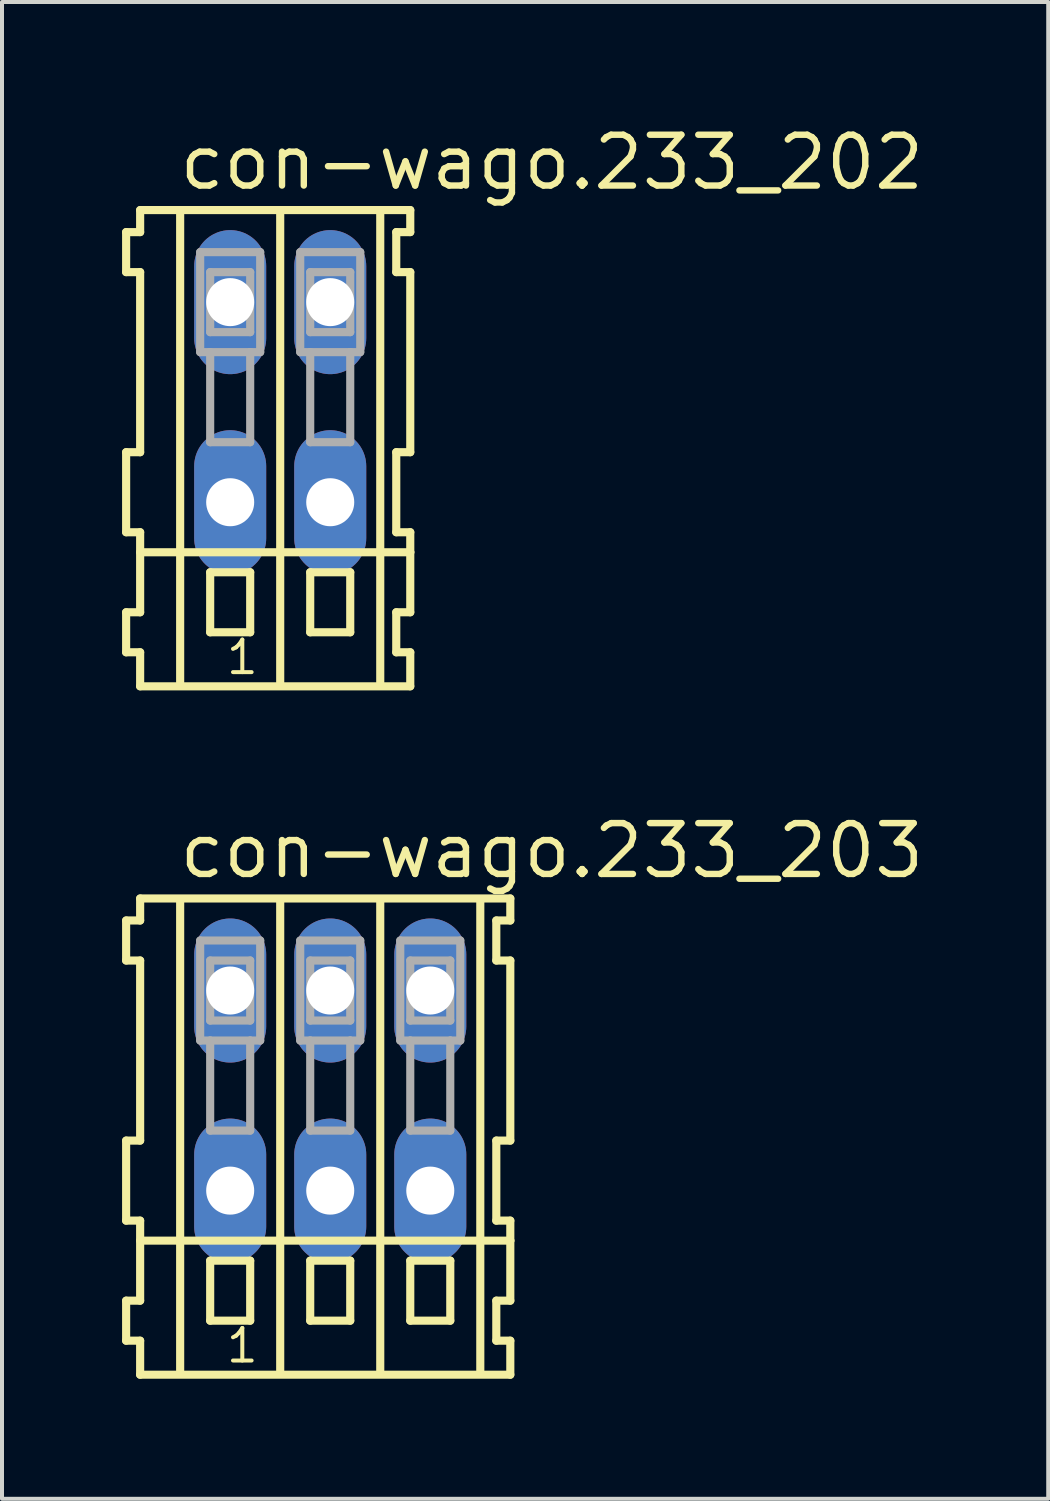
<source format=kicad_pcb>
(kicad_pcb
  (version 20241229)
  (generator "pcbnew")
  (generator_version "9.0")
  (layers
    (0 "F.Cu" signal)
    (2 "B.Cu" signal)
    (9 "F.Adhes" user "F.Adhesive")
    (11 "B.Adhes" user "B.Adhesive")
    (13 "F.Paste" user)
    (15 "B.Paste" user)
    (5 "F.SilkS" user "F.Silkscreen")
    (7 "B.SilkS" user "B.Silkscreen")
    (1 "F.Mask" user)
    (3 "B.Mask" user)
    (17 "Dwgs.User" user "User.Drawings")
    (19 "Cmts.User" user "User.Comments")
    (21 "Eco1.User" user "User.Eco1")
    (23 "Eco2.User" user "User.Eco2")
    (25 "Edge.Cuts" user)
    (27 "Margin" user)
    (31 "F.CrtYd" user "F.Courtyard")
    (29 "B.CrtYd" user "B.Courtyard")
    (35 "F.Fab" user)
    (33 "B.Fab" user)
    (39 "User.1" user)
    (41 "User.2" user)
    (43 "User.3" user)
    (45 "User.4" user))
  (footprint "con-wago.233_203"
    (layer "F.Cu")
    (at 5.202 24.202)
    (property "Reference" "con-wago.233_203" (at -3.85 -5.25 0) (layer "F.SilkS") (effects (font (size 1.27 1.27) (thickness 0.16)) (justify left bottom)))
    (attr through_hole)
    (fp_line (start -5.1 -4.25) (end -5.1 -3.25) (stroke (width 0.203) (type default)) (layer "F.SilkS"))
    (fp_line (start -5.1 -3.25) (end -4.75 -3.25) (stroke (width 0.203) (type default)) (layer "F.SilkS"))
    (fp_line (start -5.1 1.25) (end -5.1 3.25) (stroke (width 0.203) (type default)) (layer "F.SilkS"))
    (fp_line (start -5.1 3.25) (end -4.75 3.25) (stroke (width 0.203) (type default)) (layer "F.SilkS"))
    (fp_line (start -5.1 5.25) (end -5.1 6.25) (stroke (width 0.203) (type default)) (layer "F.SilkS"))
    (fp_line (start -5.1 6.25) (end -4.75 6.25) (stroke (width 0.203) (type default)) (layer "F.SilkS"))
    (fp_line (start -4.75 -4.8) (end -4.75 -4.25) (stroke (width 0.203) (type default)) (layer "F.SilkS"))
    (fp_line (start -4.75 -4.25) (end -5.1 -4.25) (stroke (width 0.203) (type default)) (layer "F.SilkS"))
    (fp_line (start -4.75 -3.25) (end -4.75 1.25) (stroke (width 0.203) (type default)) (layer "F.SilkS"))
    (fp_line (start -4.75 1.25) (end -5.1 1.25) (stroke (width 0.203) (type default)) (layer "F.SilkS"))
    (fp_line (start -4.75 3.25) (end -4.75 5.25) (stroke (width 0.203) (type default)) (layer "F.SilkS"))
    (fp_line (start -4.75 3.75) (end 4.5 3.75) (stroke (width 0.203) (type default)) (layer "F.SilkS"))
    (fp_line (start -4.75 5.25) (end -5.1 5.25) (stroke (width 0.203) (type default)) (layer "F.SilkS"))
    (fp_line (start -4.75 6.25) (end -4.75 7.1) (stroke (width 0.203) (type default)) (layer "F.SilkS"))
    (fp_line (start -4.75 7.1) (end 4.5 7.1) (stroke (width 0.203) (type default)) (layer "F.SilkS"))
    (fp_line (start -3.75 -4.75) (end -3.75 7) (stroke (width 0.203) (type default)) (layer "F.SilkS"))
    (fp_line (start -3 4.25) (end -3 5.75) (stroke (width 0.203) (type default)) (layer "F.SilkS"))
    (fp_line (start -3 5.75) (end -2 5.75) (stroke (width 0.203) (type default)) (layer "F.SilkS"))
    (fp_line (start -2 4.25) (end -3 4.25) (stroke (width 0.203) (type default)) (layer "F.SilkS"))
    (fp_line (start -2 5.75) (end -2 4.25) (stroke (width 0.203) (type default)) (layer "F.SilkS"))
    (fp_line (start -1.25 -4.75) (end -1.25 7) (stroke (width 0.203) (type default)) (layer "F.SilkS"))
    (fp_line (start -0.5 4.25) (end -0.5 5.75) (stroke (width 0.203) (type default)) (layer "F.SilkS"))
    (fp_line (start -0.5 5.75) (end 0.5 5.75) (stroke (width 0.203) (type default)) (layer "F.SilkS"))
    (fp_line (start 0.5 4.25) (end -0.5 4.25) (stroke (width 0.203) (type default)) (layer "F.SilkS"))
    (fp_line (start 0.5 5.75) (end 0.5 4.25) (stroke (width 0.203) (type default)) (layer "F.SilkS"))
    (fp_line (start 1.25 -4.75) (end 1.25 7) (stroke (width 0.203) (type default)) (layer "F.SilkS"))
    (fp_line (start 2 4.25) (end 2 5.75) (stroke (width 0.203) (type default)) (layer "F.SilkS"))
    (fp_line (start 2 5.75) (end 3 5.75) (stroke (width 0.203) (type default)) (layer "F.SilkS"))
    (fp_line (start 3 4.25) (end 2 4.25) (stroke (width 0.203) (type default)) (layer "F.SilkS"))
    (fp_line (start 3 5.75) (end 3 4.25) (stroke (width 0.203) (type default)) (layer "F.SilkS"))
    (fp_line (start 3.75 -4.75) (end 3.75 7) (stroke (width 0.203) (type default)) (layer "F.SilkS"))
    (fp_line (start 4.15 -4.25) (end 4.15 -3.25) (stroke (width 0.203) (type default)) (layer "F.SilkS"))
    (fp_line (start 4.15 -3.25) (end 4.5 -3.25) (stroke (width 0.203) (type default)) (layer "F.SilkS"))
    (fp_line (start 4.15 1.25) (end 4.15 3.25) (stroke (width 0.203) (type default)) (layer "F.SilkS"))
    (fp_line (start 4.15 3.25) (end 4.5 3.25) (stroke (width 0.203) (type default)) (layer "F.SilkS"))
    (fp_line (start 4.15 5.25) (end 4.15 6.25) (stroke (width 0.203) (type default)) (layer "F.SilkS"))
    (fp_line (start 4.15 6.25) (end 4.5 6.25) (stroke (width 0.203) (type default)) (layer "F.SilkS"))
    (fp_line (start 4.5 -4.8) (end -4.75 -4.8) (stroke (width 0.203) (type default)) (layer "F.SilkS"))
    (fp_line (start 4.5 -4.25) (end 4.15 -4.25) (stroke (width 0.203) (type default)) (layer "F.SilkS"))
    (fp_line (start 4.5 -4.25) (end 4.5 -4.8) (stroke (width 0.203) (type default)) (layer "F.SilkS"))
    (fp_line (start 4.5 1.25) (end 4.15 1.25) (stroke (width 0.203) (type default)) (layer "F.SilkS"))
    (fp_line (start 4.5 1.25) (end 4.5 -3.25) (stroke (width 0.203) (type default)) (layer "F.SilkS"))
    (fp_line (start 4.5 3.75) (end 4.5 3.25) (stroke (width 0.203) (type default)) (layer "F.SilkS"))
    (fp_line (start 4.5 5.25) (end 4.15 5.25) (stroke (width 0.203) (type default)) (layer "F.SilkS"))
    (fp_line (start 4.5 5.25) (end 4.5 3.75) (stroke (width 0.203) (type default)) (layer "F.SilkS"))
    (fp_line (start 4.5 7.1) (end 4.5 6.25) (stroke (width 0.203) (type default)) (layer "F.SilkS"))
    (fp_line (start -3.25 -3.75) (end -3.25 -1.25) (stroke (width 0.203) (type default)) (layer "F.Fab"))
    (fp_line (start -3.25 -1.25) (end -3 -1.25) (stroke (width 0.203) (type default)) (layer "F.Fab"))
    (fp_line (start -3 -3.25) (end -3 -1.75) (stroke (width 0.203) (type default)) (layer "F.Fab"))
    (fp_line (start -3 -1.75) (end -2 -1.75) (stroke (width 0.203) (type default)) (layer "F.Fab"))
    (fp_line (start -3 -1.25) (end -3 1) (stroke (width 0.203) (type default)) (layer "F.Fab"))
    (fp_line (start -3 -1.25) (end -2 -1.25) (stroke (width 0.203) (type default)) (layer "F.Fab"))
    (fp_line (start -3 1) (end -2 1) (stroke (width 0.203) (type default)) (layer "F.Fab"))
    (fp_line (start -2 -3.25) (end -3 -3.25) (stroke (width 0.203) (type default)) (layer "F.Fab"))
    (fp_line (start -2 -1.75) (end -2 -3.25) (stroke (width 0.203) (type default)) (layer "F.Fab"))
    (fp_line (start -2 -1.25) (end -1.75 -1.25) (stroke (width 0.203) (type default)) (layer "F.Fab"))
    (fp_line (start -2 1) (end -2 -1.25) (stroke (width 0.203) (type default)) (layer "F.Fab"))
    (fp_line (start -1.75 -3.75) (end -3.25 -3.75) (stroke (width 0.203) (type default)) (layer "F.Fab"))
    (fp_line (start -1.75 -1.25) (end -1.75 -3.75) (stroke (width 0.203) (type default)) (layer "F.Fab"))
    (fp_line (start -0.75 -3.75) (end -0.75 -1.25) (stroke (width 0.203) (type default)) (layer "F.Fab"))
    (fp_line (start -0.75 -1.25) (end -0.5 -1.25) (stroke (width 0.203) (type default)) (layer "F.Fab"))
    (fp_line (start -0.5 -3.25) (end -0.5 -1.75) (stroke (width 0.203) (type default)) (layer "F.Fab"))
    (fp_line (start -0.5 -1.75) (end 0.5 -1.75) (stroke (width 0.203) (type default)) (layer "F.Fab"))
    (fp_line (start -0.5 -1.25) (end -0.5 1) (stroke (width 0.203) (type default)) (layer "F.Fab"))
    (fp_line (start -0.5 -1.25) (end 0.5 -1.25) (stroke (width 0.203) (type default)) (layer "F.Fab"))
    (fp_line (start -0.5 1) (end 0.5 1) (stroke (width 0.203) (type default)) (layer "F.Fab"))
    (fp_line (start 0.5 -3.25) (end -0.5 -3.25) (stroke (width 0.203) (type default)) (layer "F.Fab"))
    (fp_line (start 0.5 -1.75) (end 0.5 -3.25) (stroke (width 0.203) (type default)) (layer "F.Fab"))
    (fp_line (start 0.5 -1.25) (end 0.75 -1.25) (stroke (width 0.203) (type default)) (layer "F.Fab"))
    (fp_line (start 0.5 1) (end 0.5 -1.25) (stroke (width 0.203) (type default)) (layer "F.Fab"))
    (fp_line (start 0.75 -3.75) (end -0.75 -3.75) (stroke (width 0.203) (type default)) (layer "F.Fab"))
    (fp_line (start 0.75 -1.25) (end 0.75 -3.75) (stroke (width 0.203) (type default)) (layer "F.Fab"))
    (fp_line (start 1.75 -3.75) (end 1.75 -1.25) (stroke (width 0.203) (type default)) (layer "F.Fab"))
    (fp_line (start 1.75 -1.25) (end 2 -1.25) (stroke (width 0.203) (type default)) (layer "F.Fab"))
    (fp_line (start 2 -3.25) (end 2 -1.75) (stroke (width 0.203) (type default)) (layer "F.Fab"))
    (fp_line (start 2 -1.75) (end 3 -1.75) (stroke (width 0.203) (type default)) (layer "F.Fab"))
    (fp_line (start 2 -1.25) (end 2 1) (stroke (width 0.203) (type default)) (layer "F.Fab"))
    (fp_line (start 2 -1.25) (end 3 -1.25) (stroke (width 0.203) (type default)) (layer "F.Fab"))
    (fp_line (start 2 1) (end 3 1) (stroke (width 0.203) (type default)) (layer "F.Fab"))
    (fp_line (start 3 -3.25) (end 2 -3.25) (stroke (width 0.203) (type default)) (layer "F.Fab"))
    (fp_line (start 3 -1.75) (end 3 -3.25) (stroke (width 0.203) (type default)) (layer "F.Fab"))
    (fp_line (start 3 -1.25) (end 3.25 -1.25) (stroke (width 0.203) (type default)) (layer "F.Fab"))
    (fp_line (start 3 1) (end 3 -1.25) (stroke (width 0.203) (type default)) (layer "F.Fab"))
    (fp_line (start 3.25 -3.75) (end 1.75 -3.75) (stroke (width 0.203) (type default)) (layer "F.Fab"))
    (fp_line (start 3.25 -1.25) (end 3.25 -3.75) (stroke (width 0.203) (type default)) (layer "F.Fab"))
    (fp_text user "1" (at -2.65 6.85 0) (layer "F.SilkS") (effects (font (size 0.813 0.813) (thickness 0.1)) (justify left bottom)))
    (pad "A1" thru_hole oval (at -2.5 -2.5 90) (size 3.6 1.8) (drill 1.2) (layers "*.Cu" "*.Mask"))
    (pad "A2" thru_hole oval (at 0 -2.5 90) (size 3.6 1.8) (drill 1.2) (layers "*.Cu" "*.Mask"))
    (pad "A3" thru_hole oval (at 2.5 -2.5 90) (size 3.6 1.8) (drill 1.2) (layers "*.Cu" "*.Mask"))
    (pad "B1" thru_hole oval (at -2.5 2.5 90) (size 3.6 1.8) (drill 1.2) (layers "*.Cu" "*.Mask"))
    (pad "B2" thru_hole oval (at 0 2.5 90) (size 3.6 1.8) (drill 1.2) (layers "*.Cu" "*.Mask"))
    (pad "B3" thru_hole oval (at 2.5 2.5 90) (size 3.6 1.8) (drill 1.2) (layers "*.Cu" "*.Mask")))
  (footprint "con-wago.233_202"
    (layer "F.Cu")
    (at 3.952 7)
    (property "Reference" "con-wago.233_202" (at -2.6 -5.25 0) (layer "F.SilkS") (effects (font (size 1.27 1.27) (thickness 0.16)) (justify left bottom)))
    (attr through_hole)
    (fp_line (start -3.85 -4.25) (end -3.85 -3.25) (stroke (width 0.203) (type default)) (layer "F.SilkS"))
    (fp_line (start -3.85 -3.25) (end -3.5 -3.25) (stroke (width 0.203) (type default)) (layer "F.SilkS"))
    (fp_line (start -3.85 1.25) (end -3.85 3.25) (stroke (width 0.203) (type default)) (layer "F.SilkS"))
    (fp_line (start -3.85 3.25) (end -3.5 3.25) (stroke (width 0.203) (type default)) (layer "F.SilkS"))
    (fp_line (start -3.85 5.25) (end -3.85 6.25) (stroke (width 0.203) (type default)) (layer "F.SilkS"))
    (fp_line (start -3.85 6.25) (end -3.5 6.25) (stroke (width 0.203) (type default)) (layer "F.SilkS"))
    (fp_line (start -3.5 -4.8) (end -3.5 -4.25) (stroke (width 0.203) (type default)) (layer "F.SilkS"))
    (fp_line (start -3.5 -4.25) (end -3.85 -4.25) (stroke (width 0.203) (type default)) (layer "F.SilkS"))
    (fp_line (start -3.5 -3.25) (end -3.5 1.25) (stroke (width 0.203) (type default)) (layer "F.SilkS"))
    (fp_line (start -3.5 1.25) (end -3.85 1.25) (stroke (width 0.203) (type default)) (layer "F.SilkS"))
    (fp_line (start -3.5 3.25) (end -3.5 5.25) (stroke (width 0.203) (type default)) (layer "F.SilkS"))
    (fp_line (start -3.5 3.75) (end 3.25 3.75) (stroke (width 0.203) (type default)) (layer "F.SilkS"))
    (fp_line (start -3.5 5.25) (end -3.85 5.25) (stroke (width 0.203) (type default)) (layer "F.SilkS"))
    (fp_line (start -3.5 6.25) (end -3.5 7.1) (stroke (width 0.203) (type default)) (layer "F.SilkS"))
    (fp_line (start -3.5 7.1) (end 3.25 7.1) (stroke (width 0.203) (type default)) (layer "F.SilkS"))
    (fp_line (start -2.5 -4.75) (end -2.5 7) (stroke (width 0.203) (type default)) (layer "F.SilkS"))
    (fp_line (start -1.75 4.25) (end -1.75 5.75) (stroke (width 0.203) (type default)) (layer "F.SilkS"))
    (fp_line (start -1.75 5.75) (end -0.75 5.75) (stroke (width 0.203) (type default)) (layer "F.SilkS"))
    (fp_line (start -0.75 4.25) (end -1.75 4.25) (stroke (width 0.203) (type default)) (layer "F.SilkS"))
    (fp_line (start -0.75 5.75) (end -0.75 4.25) (stroke (width 0.203) (type default)) (layer "F.SilkS"))
    (fp_line (start 0 -4.75) (end 0 7) (stroke (width 0.203) (type default)) (layer "F.SilkS"))
    (fp_line (start 0.75 4.25) (end 0.75 5.75) (stroke (width 0.203) (type default)) (layer "F.SilkS"))
    (fp_line (start 0.75 5.75) (end 1.75 5.75) (stroke (width 0.203) (type default)) (layer "F.SilkS"))
    (fp_line (start 1.75 4.25) (end 0.75 4.25) (stroke (width 0.203) (type default)) (layer "F.SilkS"))
    (fp_line (start 1.75 5.75) (end 1.75 4.25) (stroke (width 0.203) (type default)) (layer "F.SilkS"))
    (fp_line (start 2.5 -4.75) (end 2.5 7) (stroke (width 0.203) (type default)) (layer "F.SilkS"))
    (fp_line (start 2.9 -4.25) (end 2.9 -3.25) (stroke (width 0.203) (type default)) (layer "F.SilkS"))
    (fp_line (start 2.9 -3.25) (end 3.25 -3.25) (stroke (width 0.203) (type default)) (layer "F.SilkS"))
    (fp_line (start 2.9 1.25) (end 2.9 3.25) (stroke (width 0.203) (type default)) (layer "F.SilkS"))
    (fp_line (start 2.9 3.25) (end 3.25 3.25) (stroke (width 0.203) (type default)) (layer "F.SilkS"))
    (fp_line (start 2.9 5.25) (end 2.9 6.25) (stroke (width 0.203) (type default)) (layer "F.SilkS"))
    (fp_line (start 2.9 6.25) (end 3.25 6.25) (stroke (width 0.203) (type default)) (layer "F.SilkS"))
    (fp_line (start 3.25 -4.8) (end -3.5 -4.8) (stroke (width 0.203) (type default)) (layer "F.SilkS"))
    (fp_line (start 3.25 -4.25) (end 2.9 -4.25) (stroke (width 0.203) (type default)) (layer "F.SilkS"))
    (fp_line (start 3.25 -4.25) (end 3.25 -4.8) (stroke (width 0.203) (type default)) (layer "F.SilkS"))
    (fp_line (start 3.25 1.25) (end 2.9 1.25) (stroke (width 0.203) (type default)) (layer "F.SilkS"))
    (fp_line (start 3.25 1.25) (end 3.25 -3.25) (stroke (width 0.203) (type default)) (layer "F.SilkS"))
    (fp_line (start 3.25 3.75) (end 3.25 3.25) (stroke (width 0.203) (type default)) (layer "F.SilkS"))
    (fp_line (start 3.25 5.25) (end 2.9 5.25) (stroke (width 0.203) (type default)) (layer "F.SilkS"))
    (fp_line (start 3.25 5.25) (end 3.25 3.75) (stroke (width 0.203) (type default)) (layer "F.SilkS"))
    (fp_line (start 3.25 7.1) (end 3.25 6.25) (stroke (width 0.203) (type default)) (layer "F.SilkS"))
    (fp_line (start -2 -3.75) (end -2 -1.25) (stroke (width 0.203) (type default)) (layer "F.Fab"))
    (fp_line (start -2 -1.25) (end -1.75 -1.25) (stroke (width 0.203) (type default)) (layer "F.Fab"))
    (fp_line (start -1.75 -3.25) (end -1.75 -1.75) (stroke (width 0.203) (type default)) (layer "F.Fab"))
    (fp_line (start -1.75 -1.75) (end -0.75 -1.75) (stroke (width 0.203) (type default)) (layer "F.Fab"))
    (fp_line (start -1.75 -1.25) (end -1.75 1) (stroke (width 0.203) (type default)) (layer "F.Fab"))
    (fp_line (start -1.75 -1.25) (end -0.75 -1.25) (stroke (width 0.203) (type default)) (layer "F.Fab"))
    (fp_line (start -1.75 1) (end -0.75 1) (stroke (width 0.203) (type default)) (layer "F.Fab"))
    (fp_line (start -0.75 -3.25) (end -1.75 -3.25) (stroke (width 0.203) (type default)) (layer "F.Fab"))
    (fp_line (start -0.75 -1.75) (end -0.75 -3.25) (stroke (width 0.203) (type default)) (layer "F.Fab"))
    (fp_line (start -0.75 -1.25) (end -0.5 -1.25) (stroke (width 0.203) (type default)) (layer "F.Fab"))
    (fp_line (start -0.75 1) (end -0.75 -1.25) (stroke (width 0.203) (type default)) (layer "F.Fab"))
    (fp_line (start -0.5 -3.75) (end -2 -3.75) (stroke (width 0.203) (type default)) (layer "F.Fab"))
    (fp_line (start -0.5 -1.25) (end -0.5 -3.75) (stroke (width 0.203) (type default)) (layer "F.Fab"))
    (fp_line (start 0.5 -3.75) (end 0.5 -1.25) (stroke (width 0.203) (type default)) (layer "F.Fab"))
    (fp_line (start 0.5 -1.25) (end 0.75 -1.25) (stroke (width 0.203) (type default)) (layer "F.Fab"))
    (fp_line (start 0.75 -3.25) (end 0.75 -1.75) (stroke (width 0.203) (type default)) (layer "F.Fab"))
    (fp_line (start 0.75 -1.75) (end 1.75 -1.75) (stroke (width 0.203) (type default)) (layer "F.Fab"))
    (fp_line (start 0.75 -1.25) (end 0.75 1) (stroke (width 0.203) (type default)) (layer "F.Fab"))
    (fp_line (start 0.75 -1.25) (end 1.75 -1.25) (stroke (width 0.203) (type default)) (layer "F.Fab"))
    (fp_line (start 0.75 1) (end 1.75 1) (stroke (width 0.203) (type default)) (layer "F.Fab"))
    (fp_line (start 1.75 -3.25) (end 0.75 -3.25) (stroke (width 0.203) (type default)) (layer "F.Fab"))
    (fp_line (start 1.75 -1.75) (end 1.75 -3.25) (stroke (width 0.203) (type default)) (layer "F.Fab"))
    (fp_line (start 1.75 -1.25) (end 2 -1.25) (stroke (width 0.203) (type default)) (layer "F.Fab"))
    (fp_line (start 1.75 1) (end 1.75 -1.25) (stroke (width 0.203) (type default)) (layer "F.Fab"))
    (fp_line (start 2 -3.75) (end 0.5 -3.75) (stroke (width 0.203) (type default)) (layer "F.Fab"))
    (fp_line (start 2 -1.25) (end 2 -3.75) (stroke (width 0.203) (type default)) (layer "F.Fab"))
    (fp_text user "1" (at -1.4 6.85 0) (layer "F.SilkS") (effects (font (size 0.813 0.813) (thickness 0.1)) (justify left bottom)))
    (pad "A1" thru_hole oval (at -1.25 -2.5 90) (size 3.6 1.8) (drill 1.2) (layers "*.Cu" "*.Mask"))
    (pad "A2" thru_hole oval (at 1.25 -2.5 90) (size 3.6 1.8) (drill 1.2) (layers "*.Cu" "*.Mask"))
    (pad "B1" thru_hole oval (at -1.25 2.5 90) (size 3.6 1.8) (drill 1.2) (layers "*.Cu" "*.Mask"))
    (pad "B2" thru_hole oval (at 1.25 2.5 90) (size 3.6 1.8) (drill 1.2) (layers "*.Cu" "*.Mask")))
  (gr_rect
    (start -3 -3)
    (end 23.144 34.403)
    (stroke (width 0.1) (type default))
    (fill no)
    (layer "Edge.Cuts")))
</source>
